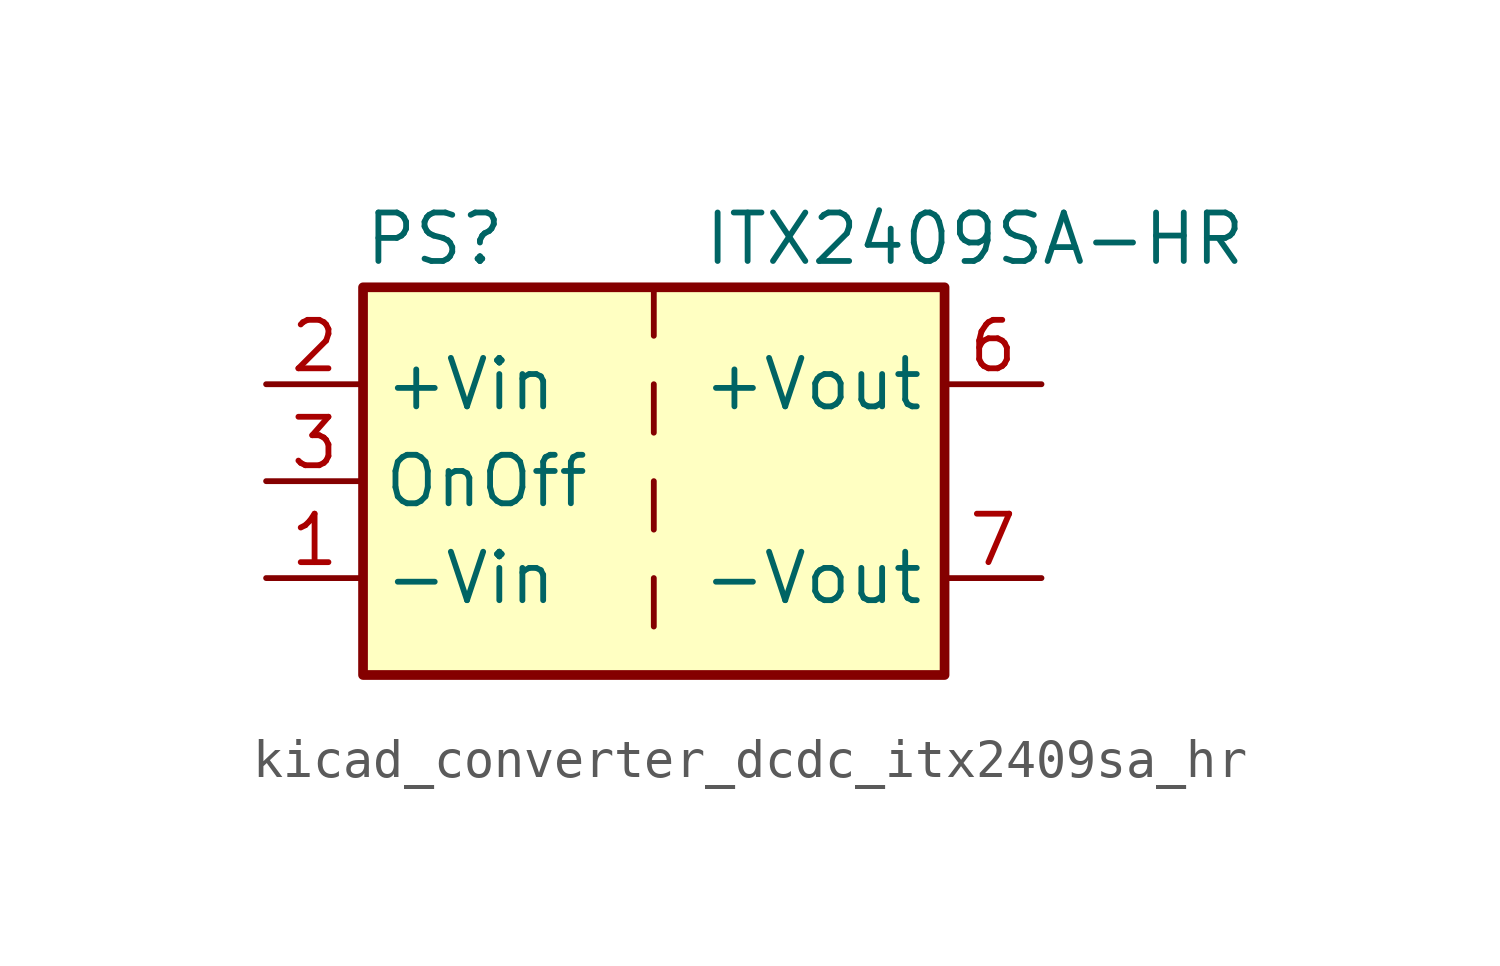
<source format=kicad_sym>
(kicad_symbol_lib
  (version 20220914)
  (generator kicad_symbol_editor)
  (symbol "kicad_converter_dcdc_itx2409sa_hr"
    (property "Reference" "PS"
      (at -7.62 6.35 0)
      (effects (font (size 1.27 1.27)) (justify left)))
    (property "Value" "ITX2409SA-HR"
      (at 1.27 6.35 0)
      (effects (font (size 1.27 1.27)) (justify left)))
    (symbol "kicad_converter_dcdc_itx2409sa_hr_0_0"
      (pin power_in line (at -10.16 -2.54 0) (length 2.54) (name "-Vin" (effects (font (size 1.27 1.27)))) (number "1" (effects (font (size 1.27 1.27)))))
      (pin power_in line (at -10.16 2.54 0) (length 2.54) (name "+Vin" (effects (font (size 1.27 1.27)))) (number "2" (effects (font (size 1.27 1.27)))))
      (pin input line (at -10.16 0 0) (length 2.54) (name "OnOff" (effects (font (size 1.27 1.27)))) (number "3" (effects (font (size 1.27 1.27)))))
      (pin no_connect line (at 0 5.08 270) (length 2.54) hide (name "NC" (effects (font (size 1.27 1.27)))) (number "5" (effects (font (size 1.27 1.27)))))
      (pin power_out line (at 10.16 2.54 180) (length 2.54) (name "+Vout" (effects (font (size 1.27 1.27)))) (number "6" (effects (font (size 1.27 1.27)))))
      (pin power_out line (at 10.16 -2.54 180) (length 2.54) (name "-Vout" (effects (font (size 1.27 1.27)))) (number "7" (effects (font (size 1.27 1.27)))))
      (pin no_connect line (at 7.62 0 180) (length 2.54) hide (name "NC" (effects (font (size 1.27 1.27)))) (number "8" (effects (font (size 1.27 1.27))))))
    (symbol "kicad_converter_dcdc_itx2409sa_hr_0_1"
      (rectangle (start -7.62 5.08) (end 7.62 -5.08) (stroke (width 0.254) (type default)) (fill (type background)))
      (polyline (pts (xy 0 -2.54) (xy 0 -3.81)) (stroke (width 0) (type default)) (fill (type none)))
      (polyline (pts (xy 0 0) (xy 0 -1.27)) (stroke (width 0) (type default)) (fill (type none)))
      (polyline (pts (xy 0 2.54) (xy 0 1.27)) (stroke (width 0) (type default)) (fill (type none)))
      (polyline (pts (xy 0 5.08) (xy 0 3.81)) (stroke (width 0) (type default)) (fill (type none))))))
</source>
